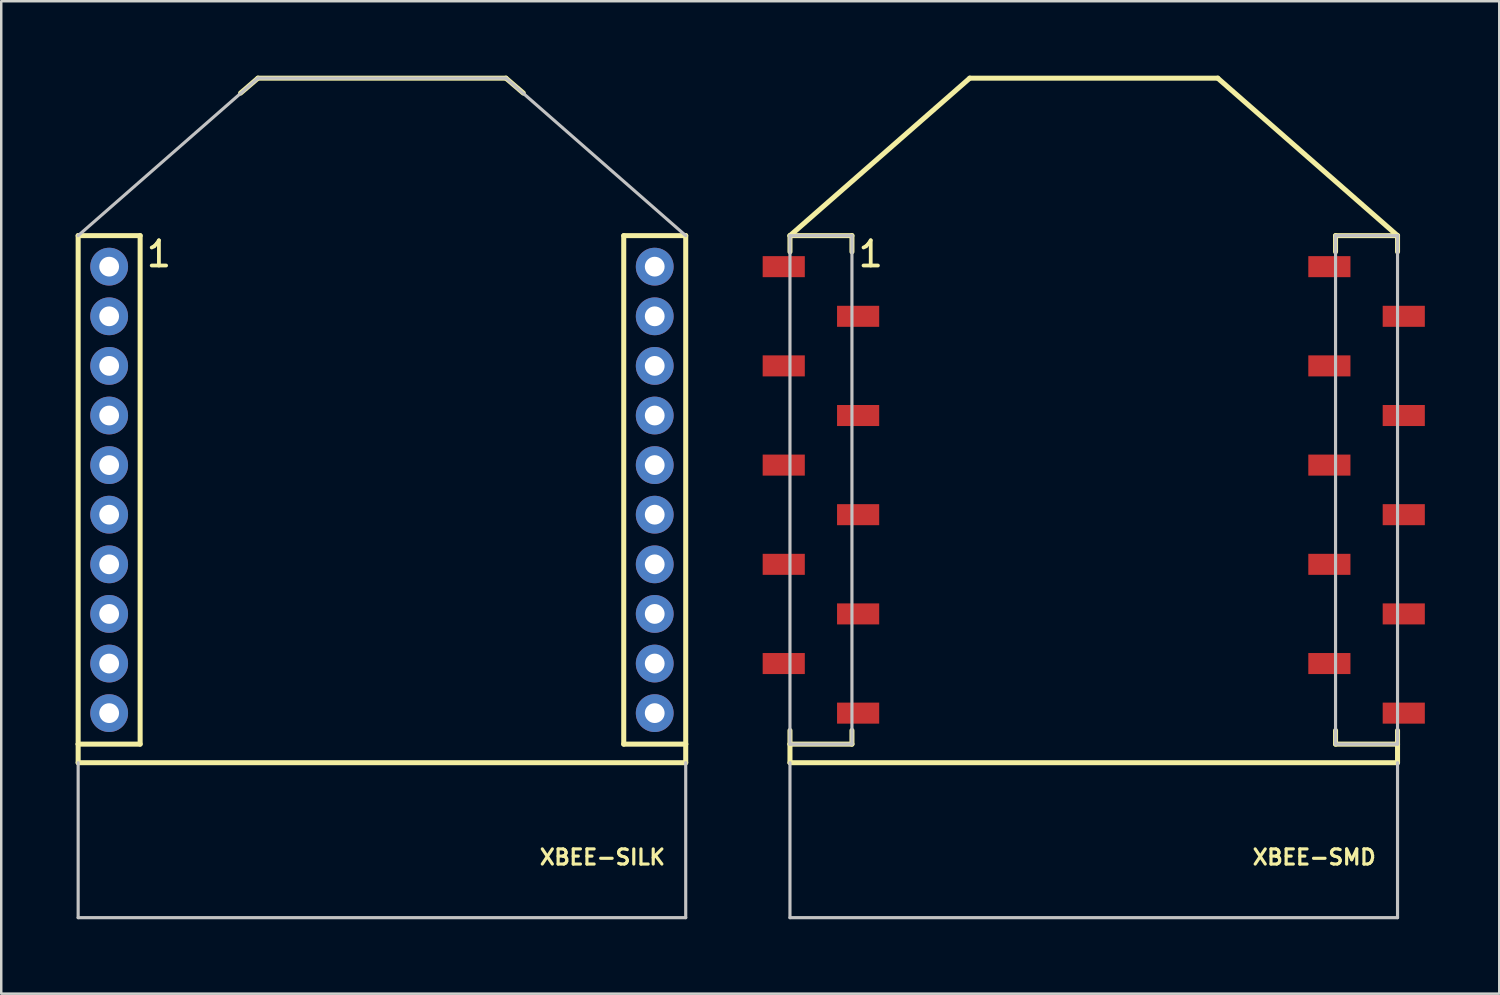
<source format=kicad_pcb>
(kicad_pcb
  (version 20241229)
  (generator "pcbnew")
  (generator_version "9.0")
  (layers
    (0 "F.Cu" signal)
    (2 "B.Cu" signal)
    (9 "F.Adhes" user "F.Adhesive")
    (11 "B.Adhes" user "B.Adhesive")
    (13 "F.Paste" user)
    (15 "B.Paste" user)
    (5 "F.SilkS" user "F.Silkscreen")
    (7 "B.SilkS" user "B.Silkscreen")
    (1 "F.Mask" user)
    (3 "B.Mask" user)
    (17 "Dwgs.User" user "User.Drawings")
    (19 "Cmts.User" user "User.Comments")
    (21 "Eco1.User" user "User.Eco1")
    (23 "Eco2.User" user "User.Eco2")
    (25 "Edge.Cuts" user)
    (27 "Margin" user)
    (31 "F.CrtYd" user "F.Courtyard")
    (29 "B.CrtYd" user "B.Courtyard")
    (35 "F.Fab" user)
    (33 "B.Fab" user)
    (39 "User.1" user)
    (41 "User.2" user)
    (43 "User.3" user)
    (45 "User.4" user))
  (footprint "XBEE-SILK"
    (layer "F.Cu")
    (at 12.349 27.701)
    (property "Reference" "XBEE-SILK" (at 8.89 3.81 0) (layer "F.SilkS") (effects (font (size 0.61 0.61) (thickness 0.127))))
    (attr exclude_from_pos_files exclude_from_bom)
    (fp_line (start -12.248 -21.25) (end -12.248 -0.749) (stroke (width 0.203) (type solid)) (layer "F.SilkS"))
    (fp_line (start -12.248 -0.749) (end -12.248 0) (stroke (width 0.203) (type solid)) (layer "F.SilkS"))
    (fp_line (start -12.248 -0.749) (end -9.749 -0.749) (stroke (width 0.203) (type solid)) (layer "F.SilkS"))
    (fp_line (start -12.248 0) (end 12.248 0) (stroke (width 0.203) (type solid)) (layer "F.SilkS"))
    (fp_line (start -9.749 -21.25) (end -12.248 -21.25) (stroke (width 0.203) (type solid)) (layer "F.SilkS"))
    (fp_line (start -9.749 -21.25) (end -9.749 -0.749) (stroke (width 0.203) (type solid)) (layer "F.SilkS"))
    (fp_line (start -4.999 -27.6) (end -5.7 -26.998) (stroke (width 0.203) (type solid)) (layer "F.SilkS"))
    (fp_line (start -4.999 -27.6) (end 4.999 -27.6) (stroke (width 0.203) (type solid)) (layer "F.SilkS"))
    (fp_line (start 4.999 -27.6) (end 5.7 -26.998) (stroke (width 0.203) (type solid)) (layer "F.SilkS"))
    (fp_line (start 9.749 -21.25) (end 9.749 -0.749) (stroke (width 0.203) (type solid)) (layer "F.SilkS"))
    (fp_line (start 9.749 -21.25) (end 12.248 -21.25) (stroke (width 0.203) (type solid)) (layer "F.SilkS"))
    (fp_line (start 12.248 -21.25) (end 12.248 -0.749) (stroke (width 0.203) (type solid)) (layer "F.SilkS"))
    (fp_line (start 12.248 -0.749) (end 9.749 -0.749) (stroke (width 0.203) (type solid)) (layer "F.SilkS"))
    (fp_line (start 12.248 -0.749) (end 12.248 0) (stroke (width 0.203) (type solid)) (layer "F.SilkS"))
    (fp_line (start -12.248 -21.25) (end -4.999 -27.6) (stroke (width 0.127) (type solid)) (layer "Dwgs.User"))
    (fp_line (start -12.248 0) (end -12.248 6.248) (stroke (width 0.127) (type solid)) (layer "Dwgs.User"))
    (fp_line (start -12.248 6.248) (end 12.248 6.248) (stroke (width 0.127) (type solid)) (layer "Dwgs.User"))
    (fp_line (start -4.999 -27.6) (end 4.999 -27.6) (stroke (width 0.127) (type solid)) (layer "Dwgs.User"))
    (fp_line (start 12.248 -21.25) (end 4.999 -27.6) (stroke (width 0.127) (type solid)) (layer "Dwgs.User"))
    (fp_line (start 12.248 0) (end 12.248 6.248) (stroke (width 0.127) (type solid)) (layer "Dwgs.User"))
    (fp_text user "1" (at -8.992 -20.508 0) (layer "F.SilkS") (effects (font (size 1.016 1.016) (thickness 0.152))))
    (pad "1" thru_hole circle (at -10.998 -20) (size 1.524 1.524) (drill 0.798) (layers "*.Cu" "*.Mask"))
    (pad "2" thru_hole circle (at -10.998 -17.998) (size 1.524 1.524) (drill 0.798) (layers "*.Cu" "*.Mask"))
    (pad "3" thru_hole circle (at -10.998 -15.999) (size 1.524 1.524) (drill 0.798) (layers "*.Cu" "*.Mask"))
    (pad "4" thru_hole circle (at -10.998 -13.998) (size 1.524 1.524) (drill 0.798) (layers "*.Cu" "*.Mask"))
    (pad "5" thru_hole circle (at -10.998 -11.999) (size 1.524 1.524) (drill 0.798) (layers "*.Cu" "*.Mask"))
    (pad "6" thru_hole circle (at -10.998 -10) (size 1.524 1.524) (drill 0.798) (layers "*.Cu" "*.Mask"))
    (pad "7" thru_hole circle (at -10.998 -7.998) (size 1.524 1.524) (drill 0.798) (layers "*.Cu" "*.Mask"))
    (pad "8" thru_hole circle (at -10.998 -5.999) (size 1.524 1.524) (drill 0.798) (layers "*.Cu" "*.Mask"))
    (pad "9" thru_hole circle (at -10.998 -3.998) (size 1.524 1.524) (drill 0.798) (layers "*.Cu" "*.Mask"))
    (pad "10" thru_hole circle (at -10.998 -1.999) (size 1.524 1.524) (drill 0.798) (layers "*.Cu" "*.Mask"))
    (pad "11" thru_hole circle (at 10.998 -1.999) (size 1.524 1.524) (drill 0.798) (layers "*.Cu" "*.Mask"))
    (pad "12" thru_hole circle (at 10.998 -3.998) (size 1.524 1.524) (drill 0.798) (layers "*.Cu" "*.Mask"))
    (pad "13" thru_hole circle (at 10.998 -5.999) (size 1.524 1.524) (drill 0.798) (layers "*.Cu" "*.Mask"))
    (pad "14" thru_hole circle (at 10.998 -7.998) (size 1.524 1.524) (drill 0.798) (layers "*.Cu" "*.Mask"))
    (pad "15" thru_hole circle (at 10.998 -10) (size 1.524 1.524) (drill 0.798) (layers "*.Cu" "*.Mask"))
    (pad "16" thru_hole circle (at 10.998 -11.999) (size 1.524 1.524) (drill 0.798) (layers "*.Cu" "*.Mask"))
    (pad "17" thru_hole circle (at 10.998 -13.998) (size 1.524 1.524) (drill 0.798) (layers "*.Cu" "*.Mask"))
    (pad "18" thru_hole circle (at 10.998 -15.999) (size 1.524 1.524) (drill 0.798) (layers "*.Cu" "*.Mask"))
    (pad "19" thru_hole circle (at 10.998 -17.998) (size 1.524 1.524) (drill 0.798) (layers "*.Cu" "*.Mask"))
    (pad "20" thru_hole circle (at 10.998 -20) (size 1.524 1.524) (drill 0.798) (layers "*.Cu" "*.Mask")))
  (footprint "XBEE-SMD"
    (layer "F.Cu")
    (at 41.048 27.701)
    (property "Reference" "XBEE-SMD" (at 8.89 3.81 0) (layer "F.SilkS") (effects (font (size 0.61 0.61) (thickness 0.127))))
    (attr smd)
    (fp_line (start -12.248 -21.25) (end -12.248 -20.599) (stroke (width 0.203) (type solid)) (layer "F.SilkS"))
    (fp_line (start -12.248 -21.25) (end -4.999 -27.6) (stroke (width 0.203) (type solid)) (layer "F.SilkS"))
    (fp_line (start -12.248 -1.298) (end -12.248 -0.749) (stroke (width 0.203) (type solid)) (layer "F.SilkS"))
    (fp_line (start -12.248 -0.749) (end -12.248 0) (stroke (width 0.203) (type solid)) (layer "F.SilkS"))
    (fp_line (start -12.248 -0.749) (end -9.749 -0.749) (stroke (width 0.203) (type solid)) (layer "F.SilkS"))
    (fp_line (start -12.248 0) (end 12.248 0) (stroke (width 0.203) (type solid)) (layer "F.SilkS"))
    (fp_line (start -9.749 -21.25) (end -12.248 -21.25) (stroke (width 0.203) (type solid)) (layer "F.SilkS"))
    (fp_line (start -9.749 -20.599) (end -9.749 -21.25) (stroke (width 0.203) (type solid)) (layer "F.SilkS"))
    (fp_line (start -9.749 -0.749) (end -9.749 -1.298) (stroke (width 0.203) (type solid)) (layer "F.SilkS"))
    (fp_line (start -4.999 -27.6) (end 4.999 -27.6) (stroke (width 0.203) (type solid)) (layer "F.SilkS"))
    (fp_line (start 9.749 -21.25) (end 9.749 -20.599) (stroke (width 0.203) (type solid)) (layer "F.SilkS"))
    (fp_line (start 9.749 -0.749) (end 9.749 -1.298) (stroke (width 0.203) (type solid)) (layer "F.SilkS"))
    (fp_line (start 9.749 -0.749) (end 12.248 -0.749) (stroke (width 0.203) (type solid)) (layer "F.SilkS"))
    (fp_line (start 12.248 -21.25) (end 4.999 -27.6) (stroke (width 0.203) (type solid)) (layer "F.SilkS"))
    (fp_line (start 12.248 -21.25) (end 9.749 -21.25) (stroke (width 0.203) (type solid)) (layer "F.SilkS"))
    (fp_line (start 12.248 -20.599) (end 12.248 -21.25) (stroke (width 0.203) (type solid)) (layer "F.SilkS"))
    (fp_line (start 12.248 -0.749) (end 12.248 -1.298) (stroke (width 0.203) (type solid)) (layer "F.SilkS"))
    (fp_line (start 12.248 -0.749) (end 12.248 0) (stroke (width 0.203) (type solid)) (layer "F.SilkS"))
    (fp_line (start -12.248 -21.25) (end -9.749 -21.25) (stroke (width 0.127) (type solid)) (layer "Dwgs.User"))
    (fp_line (start -12.248 -0.749) (end -12.248 -21.25) (stroke (width 0.127) (type solid)) (layer "Dwgs.User"))
    (fp_line (start -12.248 -0.749) (end -9.749 -0.749) (stroke (width 0.127) (type solid)) (layer "Dwgs.User"))
    (fp_line (start -12.248 0) (end -12.248 6.248) (stroke (width 0.127) (type solid)) (layer "Dwgs.User"))
    (fp_line (start -12.248 6.248) (end 12.248 6.248) (stroke (width 0.127) (type solid)) (layer "Dwgs.User"))
    (fp_line (start -9.749 -21.25) (end -9.749 -0.749) (stroke (width 0.127) (type solid)) (layer "Dwgs.User"))
    (fp_line (start 9.749 -21.25) (end 12.248 -21.25) (stroke (width 0.127) (type solid)) (layer "Dwgs.User"))
    (fp_line (start 9.749 -0.749) (end 9.749 -21.25) (stroke (width 0.127) (type solid)) (layer "Dwgs.User"))
    (fp_line (start 9.749 -0.749) (end 12.248 -0.749) (stroke (width 0.127) (type solid)) (layer "Dwgs.User"))
    (fp_line (start 12.248 -21.25) (end 12.248 -0.749) (stroke (width 0.127) (type solid)) (layer "Dwgs.User"))
    (fp_line (start 12.248 0) (end 12.248 6.248) (stroke (width 0.127) (type solid)) (layer "Dwgs.User"))
    (fp_text user "1" (at -8.992 -20.508 0) (layer "F.SilkS") (effects (font (size 1.016 1.016) (thickness 0.152))))
    (pad "1" smd rect (at -12.499 -20 90) (size 0.848 1.699) (layers "F.Cu" "F.Mask" "F.Paste"))
    (pad "2" smd rect (at -9.5 -17.998 90) (size 0.848 1.699) (layers "F.Cu" "F.Mask" "F.Paste"))
    (pad "3" smd rect (at -12.499 -15.999 90) (size 0.848 1.699) (layers "F.Cu" "F.Mask" "F.Paste"))
    (pad "4" smd rect (at -9.5 -13.998 90) (size 0.848 1.699) (layers "F.Cu" "F.Mask" "F.Paste"))
    (pad "5" smd rect (at -12.499 -11.999 90) (size 0.848 1.699) (layers "F.Cu" "F.Mask" "F.Paste"))
    (pad "6" smd rect (at -9.5 -10 90) (size 0.848 1.699) (layers "F.Cu" "F.Mask" "F.Paste"))
    (pad "7" smd rect (at -12.499 -7.998 90) (size 0.848 1.699) (layers "F.Cu" "F.Mask" "F.Paste"))
    (pad "8" smd rect (at -9.5 -5.999 90) (size 0.848 1.699) (layers "F.Cu" "F.Mask" "F.Paste"))
    (pad "9" smd rect (at -12.499 -3.998 90) (size 0.848 1.699) (layers "F.Cu" "F.Mask" "F.Paste"))
    (pad "10" smd rect (at -9.5 -1.999 90) (size 0.848 1.699) (layers "F.Cu" "F.Mask" "F.Paste"))
    (pad "11" smd rect (at 12.499 -1.999 90) (size 0.848 1.699) (layers "F.Cu" "F.Mask" "F.Paste"))
    (pad "12" smd rect (at 9.5 -3.998 90) (size 0.848 1.699) (layers "F.Cu" "F.Mask" "F.Paste"))
    (pad "13" smd rect (at 12.499 -5.999 90) (size 0.848 1.699) (layers "F.Cu" "F.Mask" "F.Paste"))
    (pad "14" smd rect (at 9.5 -7.998 90) (size 0.848 1.699) (layers "F.Cu" "F.Mask" "F.Paste"))
    (pad "15" smd rect (at 12.499 -10 90) (size 0.848 1.699) (layers "F.Cu" "F.Mask" "F.Paste"))
    (pad "16" smd rect (at 9.5 -11.999 90) (size 0.848 1.699) (layers "F.Cu" "F.Mask" "F.Paste"))
    (pad "17" smd rect (at 12.499 -13.998 90) (size 0.848 1.699) (layers "F.Cu" "F.Mask" "F.Paste"))
    (pad "18" smd rect (at 9.5 -15.999 90) (size 0.848 1.699) (layers "F.Cu" "F.Mask" "F.Paste"))
    (pad "19" smd rect (at 12.499 -17.998 90) (size 0.848 1.699) (layers "F.Cu" "F.Mask" "F.Paste"))
    (pad "20" smd rect (at 9.5 -20 90) (size 0.848 1.699) (layers "F.Cu" "F.Mask" "F.Paste")))
  (gr_rect
    (start -3 -3)
    (end 57.397 37.013)
    (stroke (width 0.1) (type default))
    (fill no)
    (layer "Edge.Cuts")))
</source>
